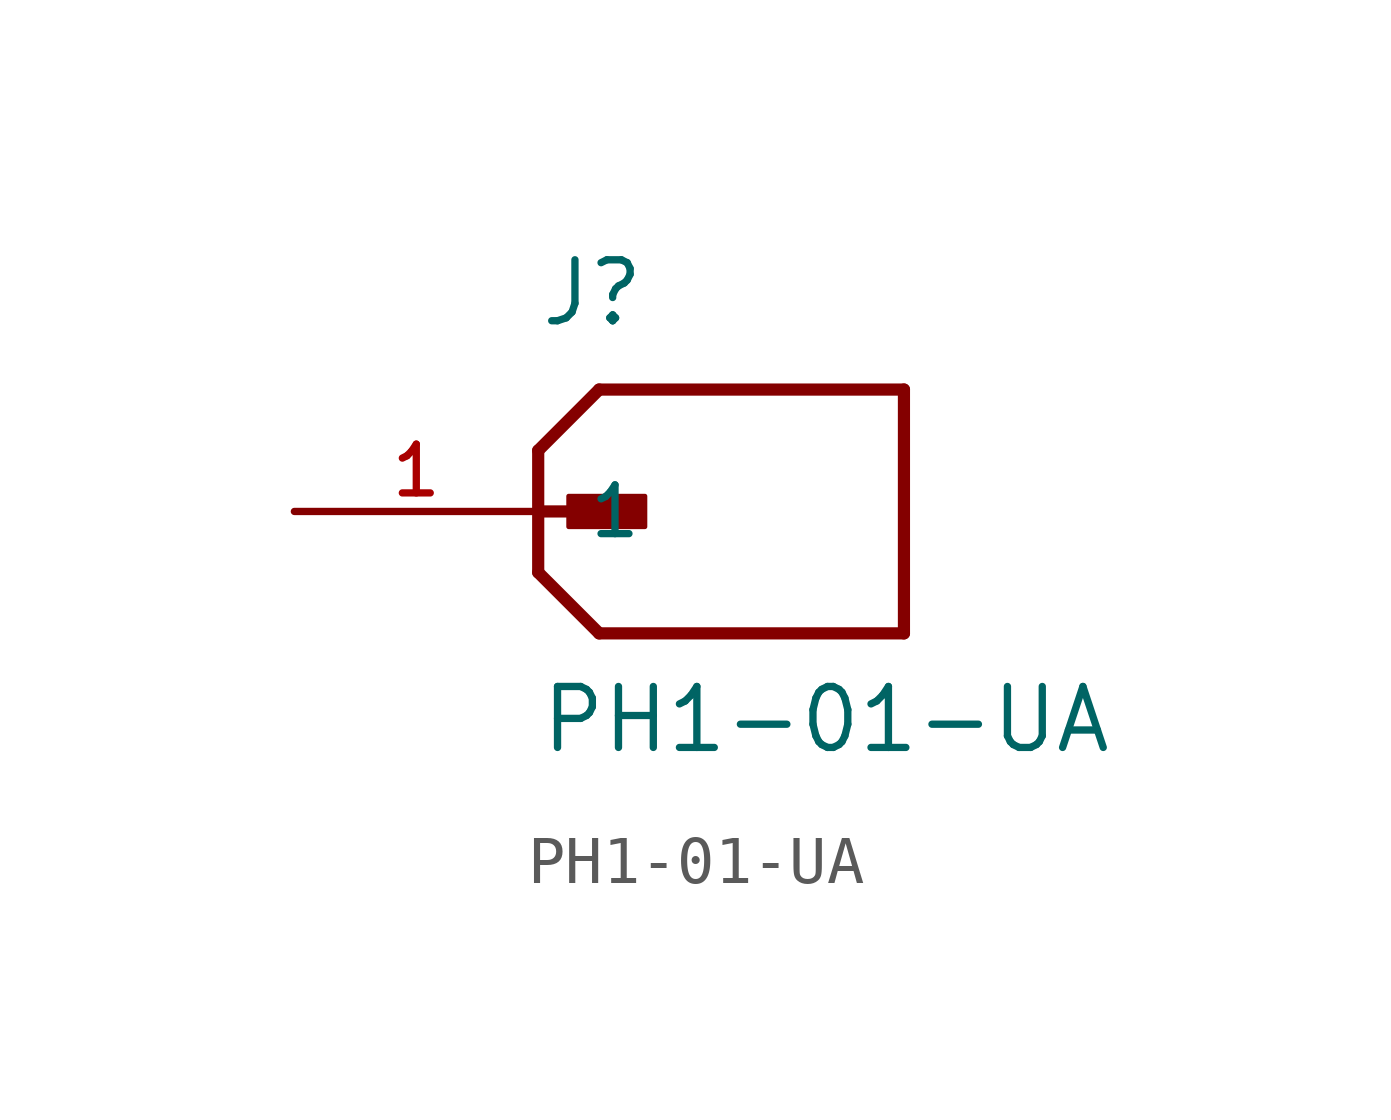
<source format=kicad_sym>
(kicad_symbol_lib
  (version 20211014)
  (generator kicad_symbol_editor)
  (symbol "PH1-01-UA"
    (pin_names
      (offset 1.016))
    (property "Reference" "J"
      (at 0.0 3.81 0)
      (effects (font (size 1.27 1.27)) (justify bottom left)))
    (property "Value" "PH1-01-UA"
      (at 0.0 -5.08 0)
      (effects (font (size 1.27 1.27)) (justify bottom left)))
    (symbol "PH1-01-UA_0_0"
      (polyline (pts (xy 0.0 1.27) (xy 1.27 2.54)) (stroke (width 0.254)))
      (polyline (pts (xy 0.0 1.27) (xy 0.0 0.0)) (stroke (width 0.254)))
      (polyline (pts (xy 0.0 0.0) (xy 0.0 -1.27)) (stroke (width 0.254)))
      (polyline (pts (xy 0.0 -1.27) (xy 1.27 -2.54)) (stroke (width 0.254)))
      (polyline (pts (xy 1.27 -2.54) (xy 7.62 -2.54)) (stroke (width 0.254)))
      (polyline (pts (xy 7.62 -2.54) (xy 7.62 2.54)) (stroke (width 0.254)))
      (polyline (pts (xy 7.62 2.54) (xy 1.27 2.54)) (stroke (width 0.254)))
      (polyline (pts (xy 0.0 0.0) (xy 1.905 0.0)) (stroke (width 0.254)))
      (rectangle (start 0.635 -0.318) (end 2.223 0.318) (stroke (width 0.1)) (fill (type outline)))
      (pin passive line (at -5.08 0.0 0) (length 5.08) (name "1" (effects (font (size 1.016 1.016)))) (number "1" (effects (font (size 1.016 1.016))))))))
</source>
